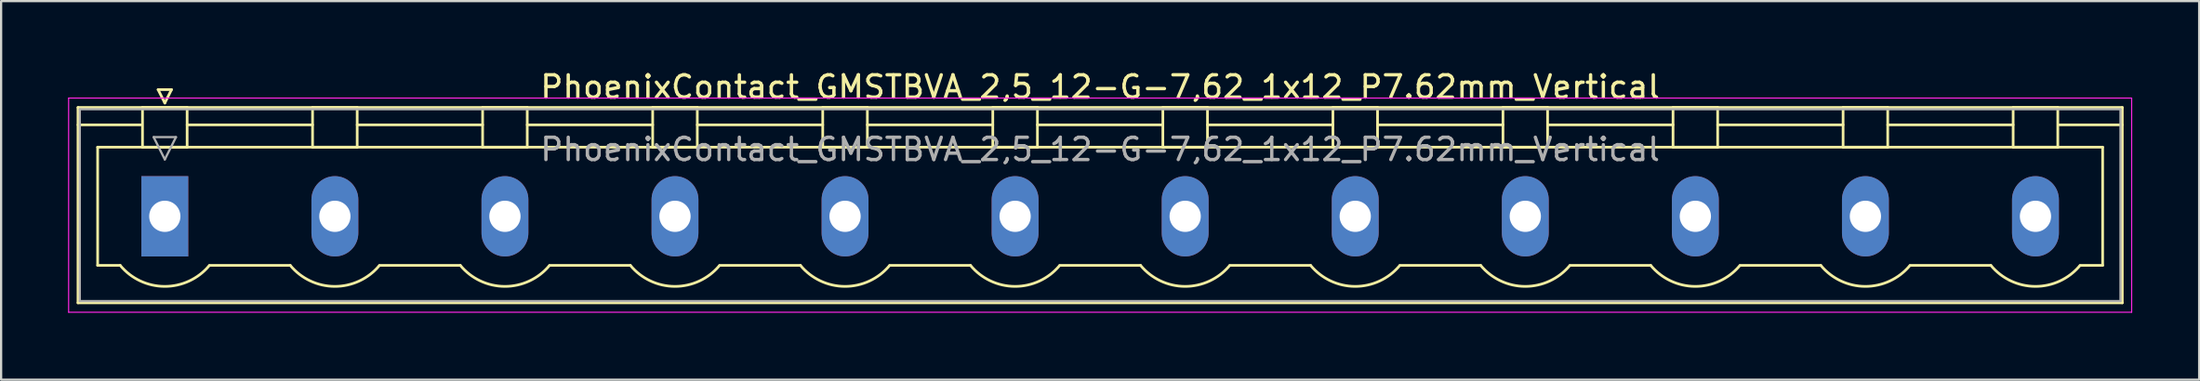
<source format=kicad_pcb>
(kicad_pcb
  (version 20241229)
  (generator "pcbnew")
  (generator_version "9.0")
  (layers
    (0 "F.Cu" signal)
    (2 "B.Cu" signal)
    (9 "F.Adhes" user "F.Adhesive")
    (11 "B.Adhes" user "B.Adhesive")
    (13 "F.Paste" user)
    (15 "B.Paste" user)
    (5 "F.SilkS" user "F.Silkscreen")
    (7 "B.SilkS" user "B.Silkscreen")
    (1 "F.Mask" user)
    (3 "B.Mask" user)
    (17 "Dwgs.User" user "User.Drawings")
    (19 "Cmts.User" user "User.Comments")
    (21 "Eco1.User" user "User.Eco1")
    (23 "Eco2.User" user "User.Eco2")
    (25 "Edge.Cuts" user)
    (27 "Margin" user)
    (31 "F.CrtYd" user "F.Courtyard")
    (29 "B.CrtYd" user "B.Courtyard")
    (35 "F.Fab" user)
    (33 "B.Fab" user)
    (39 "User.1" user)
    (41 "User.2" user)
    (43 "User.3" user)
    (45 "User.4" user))
  (footprint "PhoenixContact_GMSTBVA_2,5_12-G-7,62_1x12_P7.62mm_Vertical"
    (layer "F.Cu")
    (at 4.335 6.648)
    (property "Reference" "PhoenixContact_GMSTBVA_2,5_12-G-7,62_1x12_P7.62mm_Vertical" (at 41.91 -5.8 0) (layer "F.SilkS") (effects (font (size 1 1) (thickness 0.15))))
    (attr through_hole)
    (fp_line (start -3.89 -4.88) (end -3.89 3.88) (stroke (width 0.12) (type solid)) (layer "F.SilkS"))
    (fp_line (start -3.89 -4.1) (end -1.08 -4.1) (stroke (width 0.12) (type solid)) (layer "F.SilkS"))
    (fp_line (start -3.89 3.88) (end 87.71 3.88) (stroke (width 0.12) (type solid)) (layer "F.SilkS"))
    (fp_line (start -3.01 -3.1) (end 86.83 -3.1) (stroke (width 0.12) (type solid)) (layer "F.SilkS"))
    (fp_line (start -3.01 2.2) (end -3.01 -3.1) (stroke (width 0.12) (type solid)) (layer "F.SilkS"))
    (fp_line (start -2 2.2) (end -3.01 2.2) (stroke (width 0.12) (type solid)) (layer "F.SilkS"))
    (fp_line (start -1 -4.88) (end 1 -4.88) (stroke (width 0.12) (type solid)) (layer "F.SilkS"))
    (fp_line (start -1 -3.1) (end -1 -4.88) (stroke (width 0.12) (type solid)) (layer "F.SilkS"))
    (fp_line (start -0.3 -5.68) (end 0.3 -5.68) (stroke (width 0.12) (type solid)) (layer "F.SilkS"))
    (fp_line (start 0 -5.08) (end -0.3 -5.68) (stroke (width 0.12) (type solid)) (layer "F.SilkS"))
    (fp_line (start 0.3 -5.68) (end 0 -5.08) (stroke (width 0.12) (type solid)) (layer "F.SilkS"))
    (fp_line (start 1 -4.88) (end 1 -3.1) (stroke (width 0.12) (type solid)) (layer "F.SilkS"))
    (fp_line (start 1 -4.1) (end 6.62 -4.1) (stroke (width 0.12) (type solid)) (layer "F.SilkS"))
    (fp_line (start 1 -3.1) (end -1 -3.1) (stroke (width 0.12) (type solid)) (layer "F.SilkS"))
    (fp_line (start 2 2.2) (end 5.62 2.2) (stroke (width 0.12) (type solid)) (layer "F.SilkS"))
    (fp_line (start 6.62 -4.88) (end 8.62 -4.88) (stroke (width 0.12) (type solid)) (layer "F.SilkS"))
    (fp_line (start 6.62 -3.1) (end 6.62 -4.88) (stroke (width 0.12) (type solid)) (layer "F.SilkS"))
    (fp_line (start 8.62 -4.88) (end 8.62 -3.1) (stroke (width 0.12) (type solid)) (layer "F.SilkS"))
    (fp_line (start 8.62 -4.1) (end 14.24 -4.1) (stroke (width 0.12) (type solid)) (layer "F.SilkS"))
    (fp_line (start 8.62 -3.1) (end 6.62 -3.1) (stroke (width 0.12) (type solid)) (layer "F.SilkS"))
    (fp_line (start 9.62 2.2) (end 13.24 2.2) (stroke (width 0.12) (type solid)) (layer "F.SilkS"))
    (fp_line (start 14.24 -4.88) (end 16.24 -4.88) (stroke (width 0.12) (type solid)) (layer "F.SilkS"))
    (fp_line (start 14.24 -3.1) (end 14.24 -4.88) (stroke (width 0.12) (type solid)) (layer "F.SilkS"))
    (fp_line (start 16.24 -4.88) (end 16.24 -3.1) (stroke (width 0.12) (type solid)) (layer "F.SilkS"))
    (fp_line (start 16.24 -4.1) (end 21.86 -4.1) (stroke (width 0.12) (type solid)) (layer "F.SilkS"))
    (fp_line (start 16.24 -3.1) (end 14.24 -3.1) (stroke (width 0.12) (type solid)) (layer "F.SilkS"))
    (fp_line (start 17.24 2.2) (end 20.86 2.2) (stroke (width 0.12) (type solid)) (layer "F.SilkS"))
    (fp_line (start 21.86 -4.88) (end 23.86 -4.88) (stroke (width 0.12) (type solid)) (layer "F.SilkS"))
    (fp_line (start 21.86 -3.1) (end 21.86 -4.88) (stroke (width 0.12) (type solid)) (layer "F.SilkS"))
    (fp_line (start 23.86 -4.88) (end 23.86 -3.1) (stroke (width 0.12) (type solid)) (layer "F.SilkS"))
    (fp_line (start 23.86 -4.1) (end 29.48 -4.1) (stroke (width 0.12) (type solid)) (layer "F.SilkS"))
    (fp_line (start 23.86 -3.1) (end 21.86 -3.1) (stroke (width 0.12) (type solid)) (layer "F.SilkS"))
    (fp_line (start 24.86 2.2) (end 28.48 2.2) (stroke (width 0.12) (type solid)) (layer "F.SilkS"))
    (fp_line (start 29.48 -4.88) (end 31.48 -4.88) (stroke (width 0.12) (type solid)) (layer "F.SilkS"))
    (fp_line (start 29.48 -3.1) (end 29.48 -4.88) (stroke (width 0.12) (type solid)) (layer "F.SilkS"))
    (fp_line (start 31.48 -4.88) (end 31.48 -3.1) (stroke (width 0.12) (type solid)) (layer "F.SilkS"))
    (fp_line (start 31.48 -4.1) (end 37.1 -4.1) (stroke (width 0.12) (type solid)) (layer "F.SilkS"))
    (fp_line (start 31.48 -3.1) (end 29.48 -3.1) (stroke (width 0.12) (type solid)) (layer "F.SilkS"))
    (fp_line (start 32.48 2.2) (end 36.1 2.2) (stroke (width 0.12) (type solid)) (layer "F.SilkS"))
    (fp_line (start 37.1 -4.88) (end 39.1 -4.88) (stroke (width 0.12) (type solid)) (layer "F.SilkS"))
    (fp_line (start 37.1 -3.1) (end 37.1 -4.88) (stroke (width 0.12) (type solid)) (layer "F.SilkS"))
    (fp_line (start 39.1 -4.88) (end 39.1 -3.1) (stroke (width 0.12) (type solid)) (layer "F.SilkS"))
    (fp_line (start 39.1 -4.1) (end 44.72 -4.1) (stroke (width 0.12) (type solid)) (layer "F.SilkS"))
    (fp_line (start 39.1 -3.1) (end 37.1 -3.1) (stroke (width 0.12) (type solid)) (layer "F.SilkS"))
    (fp_line (start 40.1 2.2) (end 43.72 2.2) (stroke (width 0.12) (type solid)) (layer "F.SilkS"))
    (fp_line (start 44.72 -4.88) (end 46.72 -4.88) (stroke (width 0.12) (type solid)) (layer "F.SilkS"))
    (fp_line (start 44.72 -3.1) (end 44.72 -4.88) (stroke (width 0.12) (type solid)) (layer "F.SilkS"))
    (fp_line (start 46.72 -4.88) (end 46.72 -3.1) (stroke (width 0.12) (type solid)) (layer "F.SilkS"))
    (fp_line (start 46.72 -4.1) (end 52.34 -4.1) (stroke (width 0.12) (type solid)) (layer "F.SilkS"))
    (fp_line (start 46.72 -3.1) (end 44.72 -3.1) (stroke (width 0.12) (type solid)) (layer "F.SilkS"))
    (fp_line (start 47.72 2.2) (end 51.34 2.2) (stroke (width 0.12) (type solid)) (layer "F.SilkS"))
    (fp_line (start 52.34 -4.88) (end 54.34 -4.88) (stroke (width 0.12) (type solid)) (layer "F.SilkS"))
    (fp_line (start 52.34 -3.1) (end 52.34 -4.88) (stroke (width 0.12) (type solid)) (layer "F.SilkS"))
    (fp_line (start 54.34 -4.88) (end 54.34 -3.1) (stroke (width 0.12) (type solid)) (layer "F.SilkS"))
    (fp_line (start 54.34 -4.1) (end 59.96 -4.1) (stroke (width 0.12) (type solid)) (layer "F.SilkS"))
    (fp_line (start 54.34 -3.1) (end 52.34 -3.1) (stroke (width 0.12) (type solid)) (layer "F.SilkS"))
    (fp_line (start 55.34 2.2) (end 58.96 2.2) (stroke (width 0.12) (type solid)) (layer "F.SilkS"))
    (fp_line (start 59.96 -4.88) (end 61.96 -4.88) (stroke (width 0.12) (type solid)) (layer "F.SilkS"))
    (fp_line (start 59.96 -3.1) (end 59.96 -4.88) (stroke (width 0.12) (type solid)) (layer "F.SilkS"))
    (fp_line (start 61.96 -4.88) (end 61.96 -3.1) (stroke (width 0.12) (type solid)) (layer "F.SilkS"))
    (fp_line (start 61.96 -4.1) (end 67.58 -4.1) (stroke (width 0.12) (type solid)) (layer "F.SilkS"))
    (fp_line (start 61.96 -3.1) (end 59.96 -3.1) (stroke (width 0.12) (type solid)) (layer "F.SilkS"))
    (fp_line (start 62.96 2.2) (end 66.58 2.2) (stroke (width 0.12) (type solid)) (layer "F.SilkS"))
    (fp_line (start 67.58 -4.88) (end 69.58 -4.88) (stroke (width 0.12) (type solid)) (layer "F.SilkS"))
    (fp_line (start 67.58 -3.1) (end 67.58 -4.88) (stroke (width 0.12) (type solid)) (layer "F.SilkS"))
    (fp_line (start 69.58 -4.88) (end 69.58 -3.1) (stroke (width 0.12) (type solid)) (layer "F.SilkS"))
    (fp_line (start 69.58 -4.1) (end 75.2 -4.1) (stroke (width 0.12) (type solid)) (layer "F.SilkS"))
    (fp_line (start 69.58 -3.1) (end 67.58 -3.1) (stroke (width 0.12) (type solid)) (layer "F.SilkS"))
    (fp_line (start 70.58 2.2) (end 74.2 2.2) (stroke (width 0.12) (type solid)) (layer "F.SilkS"))
    (fp_line (start 75.2 -4.88) (end 77.2 -4.88) (stroke (width 0.12) (type solid)) (layer "F.SilkS"))
    (fp_line (start 75.2 -3.1) (end 75.2 -4.88) (stroke (width 0.12) (type solid)) (layer "F.SilkS"))
    (fp_line (start 77.2 -4.88) (end 77.2 -3.1) (stroke (width 0.12) (type solid)) (layer "F.SilkS"))
    (fp_line (start 77.2 -4.1) (end 82.82 -4.1) (stroke (width 0.12) (type solid)) (layer "F.SilkS"))
    (fp_line (start 77.2 -3.1) (end 75.2 -3.1) (stroke (width 0.12) (type solid)) (layer "F.SilkS"))
    (fp_line (start 78.2 2.2) (end 81.82 2.2) (stroke (width 0.12) (type solid)) (layer "F.SilkS"))
    (fp_line (start 82.82 -4.88) (end 84.82 -4.88) (stroke (width 0.12) (type solid)) (layer "F.SilkS"))
    (fp_line (start 82.82 -3.1) (end 82.82 -4.88) (stroke (width 0.12) (type solid)) (layer "F.SilkS"))
    (fp_line (start 84.82 -4.88) (end 84.82 -3.1) (stroke (width 0.12) (type solid)) (layer "F.SilkS"))
    (fp_line (start 84.82 -3.1) (end 82.82 -3.1) (stroke (width 0.12) (type solid)) (layer "F.SilkS"))
    (fp_line (start 86.83 -3.1) (end 86.83 2.2) (stroke (width 0.12) (type solid)) (layer "F.SilkS"))
    (fp_line (start 86.83 2.2) (end 85.82 2.2) (stroke (width 0.12) (type solid)) (layer "F.SilkS"))
    (fp_line (start 87.71 -4.88) (end -3.89 -4.88) (stroke (width 0.12) (type solid)) (layer "F.SilkS"))
    (fp_line (start 87.71 -4.1) (end 84.9 -4.1) (stroke (width 0.12) (type solid)) (layer "F.SilkS"))
    (fp_line (start 87.71 3.88) (end 87.71 -4.88) (stroke (width 0.12) (type solid)) (layer "F.SilkS"))
    (fp_arc (start 1.986842 2.215821) (mid -0.010289 3.142758) (end -2 2.2) (stroke (width 0.12) (type solid)) (layer "F.SilkS"))
    (fp_arc (start 9.606842 2.215821) (mid 7.609711 3.142758) (end 5.62 2.2) (stroke (width 0.12) (type solid)) (layer "F.SilkS"))
    (fp_arc (start 17.226842 2.215821) (mid 15.229711 3.142758) (end 13.24 2.2) (stroke (width 0.12) (type solid)) (layer "F.SilkS"))
    (fp_arc (start 24.846842 2.215821) (mid 22.849711 3.142758) (end 20.86 2.2) (stroke (width 0.12) (type solid)) (layer "F.SilkS"))
    (fp_arc (start 32.466842 2.215821) (mid 30.469711 3.142758) (end 28.48 2.2) (stroke (width 0.12) (type solid)) (layer "F.SilkS"))
    (fp_arc (start 40.086842 2.215821) (mid 38.089711 3.142758) (end 36.1 2.2) (stroke (width 0.12) (type solid)) (layer "F.SilkS"))
    (fp_arc (start 47.706842 2.215821) (mid 45.709711 3.142758) (end 43.72 2.2) (stroke (width 0.12) (type solid)) (layer "F.SilkS"))
    (fp_arc (start 55.326842 2.215821) (mid 53.329711 3.142758) (end 51.34 2.2) (stroke (width 0.12) (type solid)) (layer "F.SilkS"))
    (fp_arc (start 62.946842 2.215821) (mid 60.949711 3.142758) (end 58.96 2.2) (stroke (width 0.12) (type solid)) (layer "F.SilkS"))
    (fp_arc (start 70.566842 2.215821) (mid 68.569711 3.142758) (end 66.58 2.2) (stroke (width 0.12) (type solid)) (layer "F.SilkS"))
    (fp_arc (start 78.186842 2.215821) (mid 76.189711 3.142758) (end 74.2 2.2) (stroke (width 0.12) (type solid)) (layer "F.SilkS"))
    (fp_arc (start 85.806842 2.215821) (mid 83.809711 3.142758) (end 81.82 2.2) (stroke (width 0.12) (type solid)) (layer "F.SilkS"))
    (fp_line (start -4.31 -5.3) (end -4.31 4.3) (stroke (width 0.05) (type solid)) (layer "F.CrtYd"))
    (fp_line (start -4.31 4.3) (end 88.13 4.3) (stroke (width 0.05) (type solid)) (layer "F.CrtYd"))
    (fp_line (start 88.13 -5.3) (end -4.31 -5.3) (stroke (width 0.05) (type solid)) (layer "F.CrtYd"))
    (fp_line (start 88.13 4.3) (end 88.13 -5.3) (stroke (width 0.05) (type solid)) (layer "F.CrtYd"))
    (fp_line (start -3.81 -4.8) (end -3.81 3.8) (stroke (width 0.1) (type solid)) (layer "F.Fab"))
    (fp_line (start -3.81 3.8) (end 87.63 3.8) (stroke (width 0.1) (type solid)) (layer "F.Fab"))
    (fp_line (start -0.5 -3.55) (end 0.5 -3.55) (stroke (width 0.1) (type solid)) (layer "F.Fab"))
    (fp_line (start 0 -2.55) (end -0.5 -3.55) (stroke (width 0.1) (type solid)) (layer "F.Fab"))
    (fp_line (start 0.5 -3.55) (end 0 -2.55) (stroke (width 0.1) (type solid)) (layer "F.Fab"))
    (fp_line (start 87.63 -4.8) (end -3.81 -4.8) (stroke (width 0.1) (type solid)) (layer "F.Fab"))
    (fp_line (start 87.63 3.8) (end 87.63 -4.8) (stroke (width 0.1) (type solid)) (layer "F.Fab"))
    (fp_text user "${REFERENCE}" (at 41.91 -3 0) (layer "F.Fab") (effects (font (size 1 1) (thickness 0.15))))
    (pad "1" thru_hole rect (at 0 0) (size 2.1 3.6) (drill 1.4) (layers "*.Cu" "*.Mask"))
    (pad "2" thru_hole oval (at 7.62 0) (size 2.1 3.6) (drill 1.4) (layers "*.Cu" "*.Mask"))
    (pad "3" thru_hole oval (at 15.24 0) (size 2.1 3.6) (drill 1.4) (layers "*.Cu" "*.Mask"))
    (pad "4" thru_hole oval (at 22.86 0) (size 2.1 3.6) (drill 1.4) (layers "*.Cu" "*.Mask"))
    (pad "5" thru_hole oval (at 30.48 0) (size 2.1 3.6) (drill 1.4) (layers "*.Cu" "*.Mask"))
    (pad "6" thru_hole oval (at 38.1 0) (size 2.1 3.6) (drill 1.4) (layers "*.Cu" "*.Mask"))
    (pad "7" thru_hole oval (at 45.72 0) (size 2.1 3.6) (drill 1.4) (layers "*.Cu" "*.Mask"))
    (pad "8" thru_hole oval (at 53.34 0) (size 2.1 3.6) (drill 1.4) (layers "*.Cu" "*.Mask"))
    (pad "9" thru_hole oval (at 60.96 0) (size 2.1 3.6) (drill 1.4) (layers "*.Cu" "*.Mask"))
    (pad "10" thru_hole oval (at 68.58 0) (size 2.1 3.6) (drill 1.4) (layers "*.Cu" "*.Mask"))
    (pad "11" thru_hole oval (at 76.2 0) (size 2.1 3.6) (drill 1.4) (layers "*.Cu" "*.Mask"))
    (pad "12" thru_hole oval (at 83.82 0) (size 2.1 3.6) (drill 1.4) (layers "*.Cu" "*.Mask")))
  (gr_rect
    (start -3 -3)
    (end 95.49 13.973)
    (stroke (width 0.1) (type default))
    (fill no)
    (layer "Edge.Cuts")))
</source>
